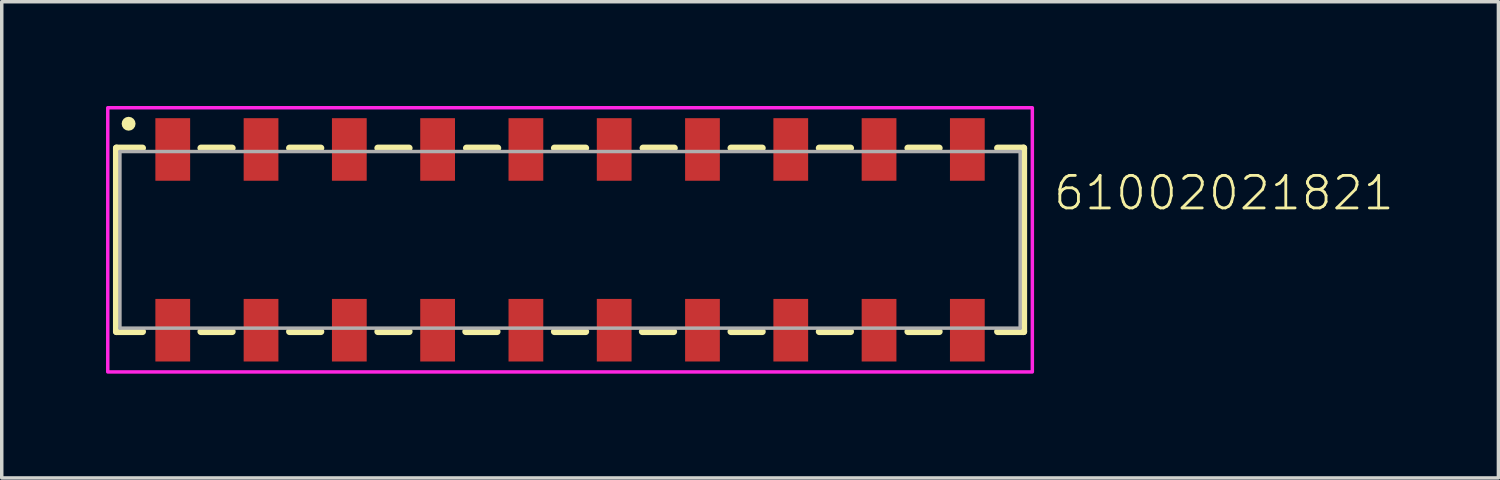
<source format=kicad_pcb>
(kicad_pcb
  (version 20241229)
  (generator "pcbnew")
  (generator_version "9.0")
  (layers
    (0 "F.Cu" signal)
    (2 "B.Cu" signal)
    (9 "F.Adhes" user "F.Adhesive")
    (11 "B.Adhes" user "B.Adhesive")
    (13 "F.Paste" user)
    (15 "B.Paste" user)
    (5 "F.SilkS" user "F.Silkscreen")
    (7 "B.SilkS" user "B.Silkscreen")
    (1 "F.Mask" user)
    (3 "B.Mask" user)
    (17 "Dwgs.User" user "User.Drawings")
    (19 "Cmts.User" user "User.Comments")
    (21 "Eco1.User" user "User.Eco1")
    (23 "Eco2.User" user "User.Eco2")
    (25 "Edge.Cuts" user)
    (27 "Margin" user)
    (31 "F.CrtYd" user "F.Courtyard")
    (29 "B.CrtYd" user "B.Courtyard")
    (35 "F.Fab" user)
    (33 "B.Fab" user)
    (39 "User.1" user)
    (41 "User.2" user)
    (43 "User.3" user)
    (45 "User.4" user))
  (footprint "61002021821"
    (layer "F.Cu")
    (at 13.35 3.85)
    (property "Reference" "61002021821" (at 13.86 -0.8 0) (unlocked yes) (layer "F.SilkS") (effects (font (size 0.935 0.935) (thickness 0.081)) (justify left bottom)))
    (fp_line (start -13.05 -2.64) (end -13.05 2.64) (stroke (width 0.2) (type solid)) (layer "F.SilkS"))
    (fp_line (start -12.3 -2.64) (end -13.05 -2.64) (stroke (width 0.2) (type solid)) (layer "F.SilkS"))
    (fp_line (start -12.3 2.64) (end -13.05 2.64) (stroke (width 0.2) (type solid)) (layer "F.SilkS"))
    (fp_line (start -10.62 -2.64) (end -9.72 -2.64) (stroke (width 0.2) (type solid)) (layer "F.SilkS"))
    (fp_line (start -10.62 2.64) (end -9.72 2.64) (stroke (width 0.2) (type solid)) (layer "F.SilkS"))
    (fp_line (start -8.07 -2.64) (end -7.17 -2.64) (stroke (width 0.2) (type solid)) (layer "F.SilkS"))
    (fp_line (start -8.07 2.64) (end -7.17 2.64) (stroke (width 0.2) (type solid)) (layer "F.SilkS"))
    (fp_line (start -5.53 -2.64) (end -4.63 -2.64) (stroke (width 0.2) (type solid)) (layer "F.SilkS"))
    (fp_line (start -5.53 2.64) (end -4.63 2.64) (stroke (width 0.2) (type solid)) (layer "F.SilkS"))
    (fp_line (start -3 2.64) (end -2.1 2.64) (stroke (width 0.2) (type solid)) (layer "F.SilkS"))
    (fp_line (start -2.98 -2.64) (end -2.08 -2.64) (stroke (width 0.2) (type solid)) (layer "F.SilkS"))
    (fp_line (start -0.45 -2.64) (end 0.45 -2.64) (stroke (width 0.2) (type solid)) (layer "F.SilkS"))
    (fp_line (start 0.45 2.64) (end -0.45 2.64) (stroke (width 0.2) (type solid)) (layer "F.SilkS"))
    (fp_line (start 2.98 2.64) (end 2.08 2.64) (stroke (width 0.2) (type solid)) (layer "F.SilkS"))
    (fp_line (start 3 -2.64) (end 2.1 -2.64) (stroke (width 0.2) (type solid)) (layer "F.SilkS"))
    (fp_line (start 5.53 -2.64) (end 4.63 -2.64) (stroke (width 0.2) (type solid)) (layer "F.SilkS"))
    (fp_line (start 5.53 2.64) (end 4.63 2.64) (stroke (width 0.2) (type solid)) (layer "F.SilkS"))
    (fp_line (start 8.07 -2.64) (end 7.17 -2.64) (stroke (width 0.2) (type solid)) (layer "F.SilkS"))
    (fp_line (start 8.07 2.64) (end 7.17 2.64) (stroke (width 0.2) (type solid)) (layer "F.SilkS"))
    (fp_line (start 10.62 -2.64) (end 9.72 -2.64) (stroke (width 0.2) (type solid)) (layer "F.SilkS"))
    (fp_line (start 10.62 2.64) (end 9.72 2.64) (stroke (width 0.2) (type solid)) (layer "F.SilkS"))
    (fp_line (start 12.3 -2.64) (end 13.05 -2.64) (stroke (width 0.2) (type solid)) (layer "F.SilkS"))
    (fp_line (start 12.3 2.64) (end 13.05 2.64) (stroke (width 0.2) (type solid)) (layer "F.SilkS"))
    (fp_line (start 13.05 2.64) (end 13.05 -2.64) (stroke (width 0.2) (type solid)) (layer "F.SilkS"))
    (fp_circle (center -12.7 -3.34) (end -12.6 -3.34) (stroke (width 0.2) (type solid)) (fill no) (layer "F.SilkS"))
    (fp_poly (pts (xy 13.3 3.8) (xy -13.3 3.8) (xy -13.3 -3.8) (xy 13.3 -3.8)) (stroke (width 0.1) (type default)) (fill no) (layer "F.CrtYd"))
    (fp_line (start -12.95 -2.54) (end -12.95 2.54) (stroke (width 0.1) (type solid)) (layer "F.Fab"))
    (fp_line (start -12.95 2.54) (end 12.95 2.54) (stroke (width 0.1) (type solid)) (layer "F.Fab"))
    (fp_line (start 12.95 -2.54) (end -12.95 -2.54) (stroke (width 0.1) (type solid)) (layer "F.Fab"))
    (fp_line (start 12.95 -2.54) (end 12.95 2.54) (stroke (width 0.1) (type solid)) (layer "F.Fab"))
    (pad "1" smd rect (at -11.43 -2.6) (size 1 1.8) (layers "F.Cu" "F.Mask" "F.Paste"))
    (pad "2" smd rect (at -11.43 2.6) (size 1 1.8) (layers "F.Cu" "F.Mask" "F.Paste"))
    (pad "3" smd rect (at -8.89 -2.6) (size 1 1.8) (layers "F.Cu" "F.Mask" "F.Paste"))
    (pad "4" smd rect (at -8.89 2.6) (size 1 1.8) (layers "F.Cu" "F.Mask" "F.Paste"))
    (pad "5" smd rect (at -6.35 -2.6) (size 1 1.8) (layers "F.Cu" "F.Mask" "F.Paste"))
    (pad "6" smd rect (at -6.35 2.6) (size 1 1.8) (layers "F.Cu" "F.Mask" "F.Paste"))
    (pad "7" smd rect (at -3.81 -2.6) (size 1 1.8) (layers "F.Cu" "F.Mask" "F.Paste"))
    (pad "8" smd rect (at -3.81 2.6) (size 1 1.8) (layers "F.Cu" "F.Mask" "F.Paste"))
    (pad "9" smd rect (at -1.27 -2.6) (size 1 1.8) (layers "F.Cu" "F.Mask" "F.Paste"))
    (pad "10" smd rect (at -1.27 2.6) (size 1 1.8) (layers "F.Cu" "F.Mask" "F.Paste"))
    (pad "11" smd rect (at 1.27 -2.6) (size 1 1.8) (layers "F.Cu" "F.Mask" "F.Paste"))
    (pad "12" smd rect (at 1.27 2.6) (size 1 1.8) (layers "F.Cu" "F.Mask" "F.Paste"))
    (pad "13" smd rect (at 3.81 -2.6) (size 1 1.8) (layers "F.Cu" "F.Mask" "F.Paste"))
    (pad "14" smd rect (at 3.81 2.6) (size 1 1.8) (layers "F.Cu" "F.Mask" "F.Paste"))
    (pad "15" smd rect (at 6.35 -2.6) (size 1 1.8) (layers "F.Cu" "F.Mask" "F.Paste"))
    (pad "16" smd rect (at 6.35 2.6) (size 1 1.8) (layers "F.Cu" "F.Mask" "F.Paste"))
    (pad "17" smd rect (at 8.89 -2.6) (size 1 1.8) (layers "F.Cu" "F.Mask" "F.Paste"))
    (pad "18" smd rect (at 8.89 2.6) (size 1 1.8) (layers "F.Cu" "F.Mask" "F.Paste"))
    (pad "19" smd rect (at 11.43 -2.6) (size 1 1.8) (layers "F.Cu" "F.Mask" "F.Paste"))
    (pad "20" smd rect (at 11.43 2.6) (size 1 1.8) (layers "F.Cu" "F.Mask" "F.Paste")))
  (gr_rect
    (start -3 -3)
    (end 40.059 10.7)
    (stroke (width 0.1) (type default))
    (fill no)
    (layer "Edge.Cuts")))
</source>
